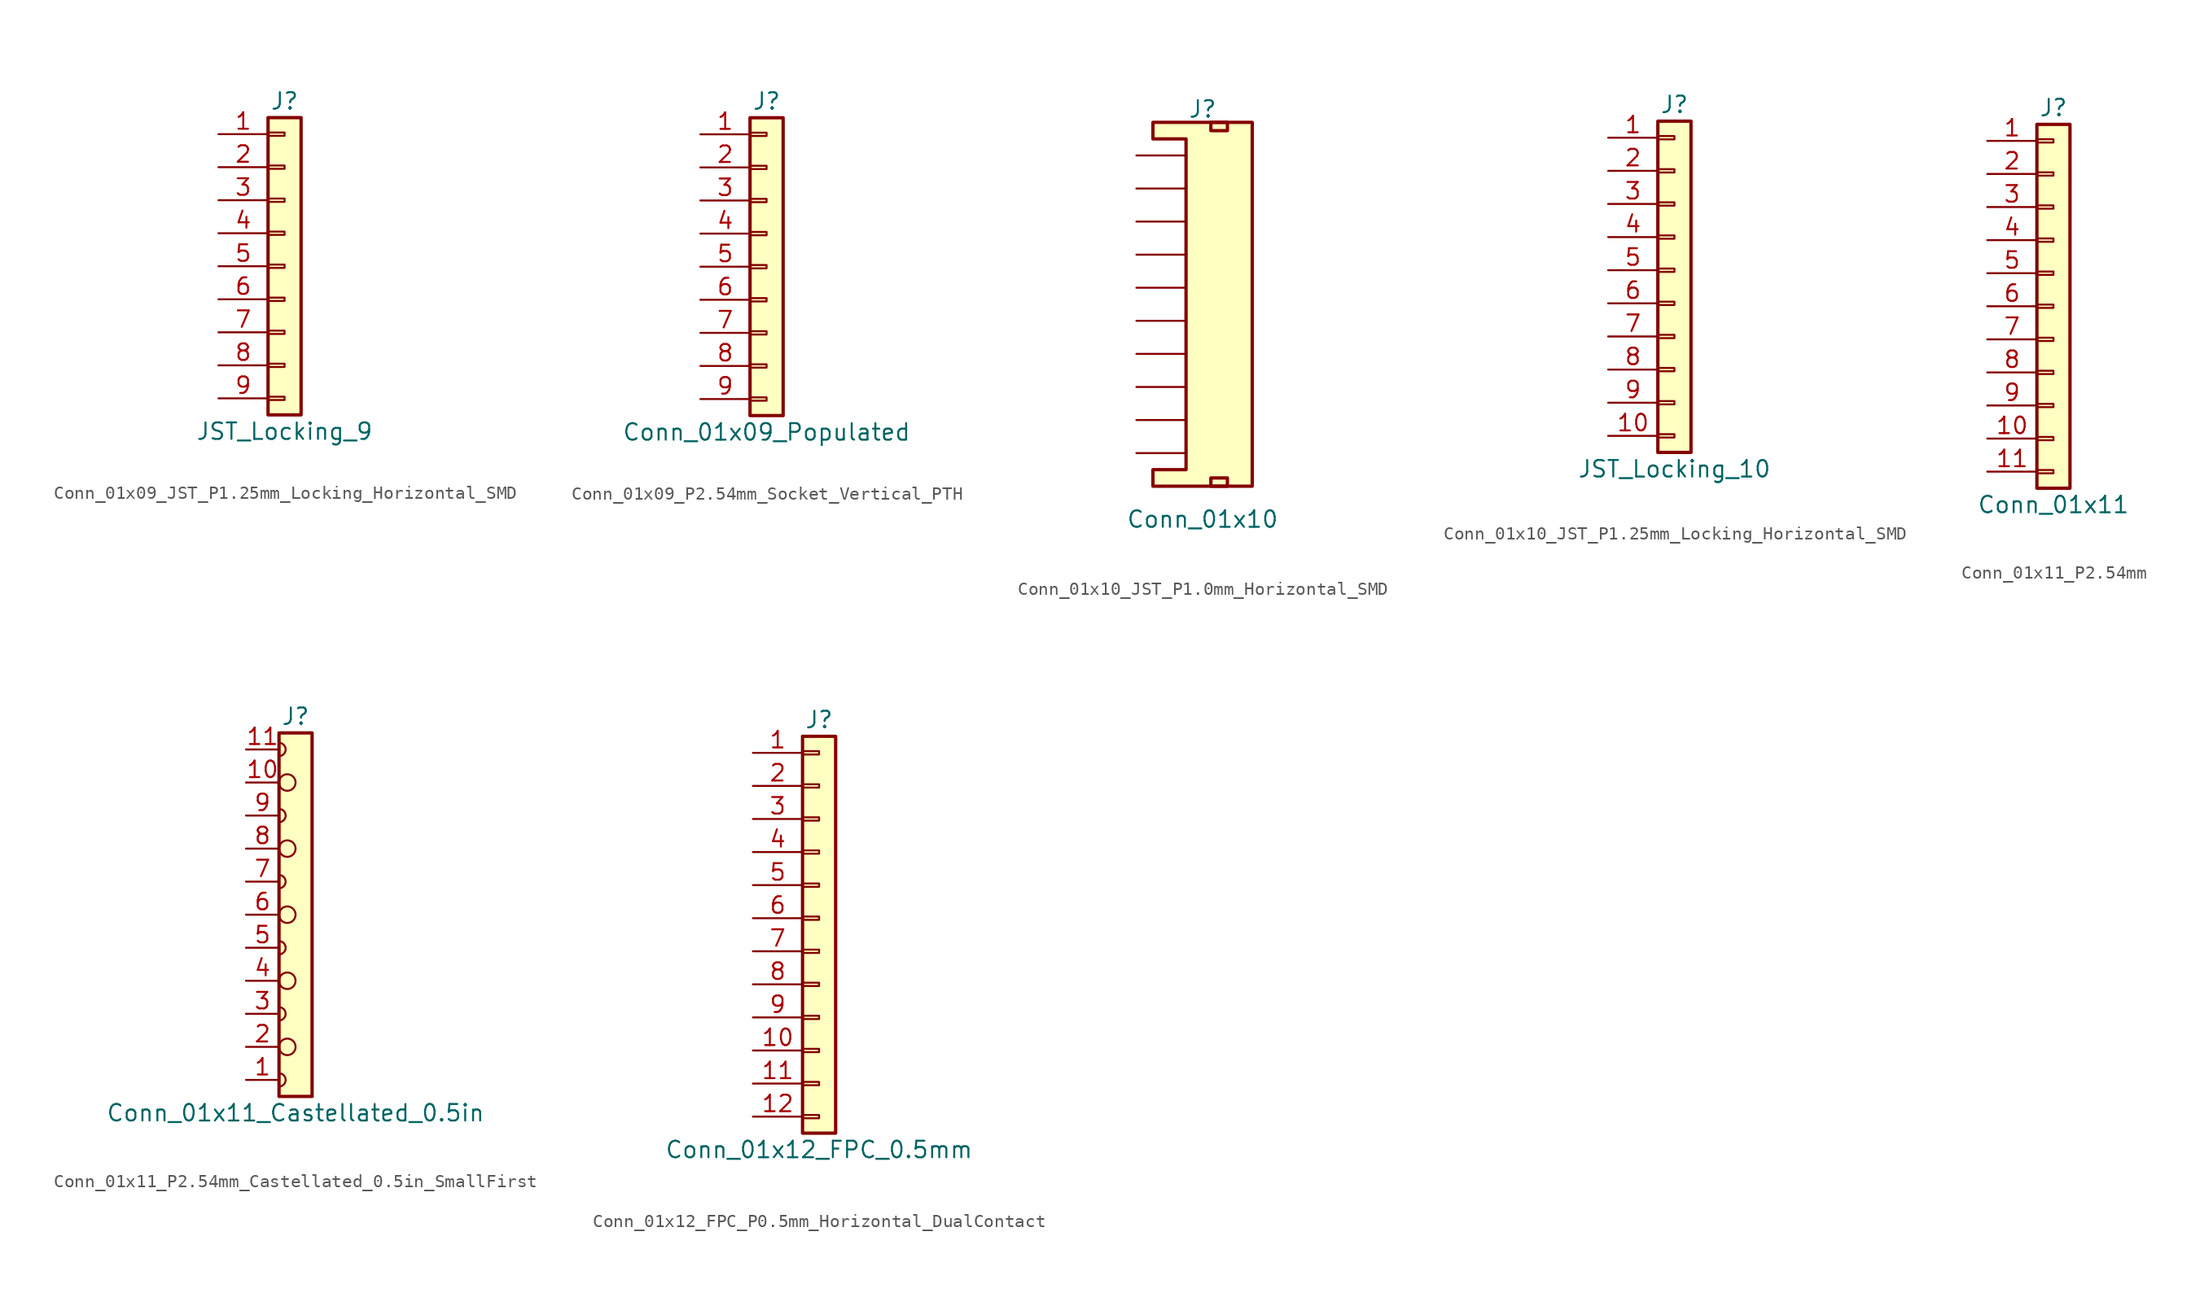
<source format=kicad_sym>
(kicad_symbol_lib
  (version 20241209)
  (generator "kicad_symbol_editor")
  (generator_version "9.0")
  (symbol "Conn_01x09_JST_P1.25mm_Locking_Horizontal_SMD"
    (pin_names
      (offset 1.016)
      (hide yes))
    (property "Reference" "J"
      (at 0 12.7 0)
      (effects (font (size 1.27 1.27))))
    (property "Value" "JST_Locking_9"
      (at 0 -12.7 0)
      (effects (font (size 1.27 1.27))))
    (symbol "Conn_01x09_JST_P1.25mm_Locking_Horizontal_SMD_1_1"
      (rectangle (start -1.27 11.43) (end 1.27 -11.43) (stroke (width 0.254) (type default)) (fill (type background)))
      (rectangle (start -1.27 10.287) (end 0 10.033) (stroke (width 0.152) (type default)) (fill (type none)))
      (rectangle (start -1.27 7.747) (end 0 7.493) (stroke (width 0.152) (type default)) (fill (type none)))
      (rectangle (start -1.27 5.207) (end 0 4.953) (stroke (width 0.152) (type default)) (fill (type none)))
      (rectangle (start -1.27 2.667) (end 0 2.413) (stroke (width 0.152) (type default)) (fill (type none)))
      (rectangle (start -1.27 0.127) (end 0 -0.127) (stroke (width 0.152) (type default)) (fill (type none)))
      (rectangle (start -1.27 -2.413) (end 0 -2.667) (stroke (width 0.152) (type default)) (fill (type none)))
      (rectangle (start -1.27 -4.953) (end 0 -5.207) (stroke (width 0.152) (type default)) (fill (type none)))
      (rectangle (start -1.27 -7.493) (end 0 -7.747) (stroke (width 0.152) (type default)) (fill (type none)))
      (rectangle (start -1.27 -10.033) (end 0 -10.287) (stroke (width 0.152) (type default)) (fill (type none)))
      (pin passive line (at -5.08 10.16 0) (length 3.81) (name "Pin_1" (effects (font (size 1.27 1.27)))) (number "1" (effects (font (size 1.27 1.27)))))
      (pin passive line (at -5.08 7.62 0) (length 3.81) (name "Pin_2" (effects (font (size 1.27 1.27)))) (number "2" (effects (font (size 1.27 1.27)))))
      (pin passive line (at -5.08 5.08 0) (length 3.81) (name "Pin_3" (effects (font (size 1.27 1.27)))) (number "3" (effects (font (size 1.27 1.27)))))
      (pin passive line (at -5.08 2.54 0) (length 3.81) (name "Pin_4" (effects (font (size 1.27 1.27)))) (number "4" (effects (font (size 1.27 1.27)))))
      (pin passive line (at -5.08 0 0) (length 3.81) (name "Pin_5" (effects (font (size 1.27 1.27)))) (number "5" (effects (font (size 1.27 1.27)))))
      (pin passive line (at -5.08 -2.54 0) (length 3.81) (name "Pin_6" (effects (font (size 1.27 1.27)))) (number "6" (effects (font (size 1.27 1.27)))))
      (pin passive line (at -5.08 -5.08 0) (length 3.81) (name "Pin_7" (effects (font (size 1.27 1.27)))) (number "7" (effects (font (size 1.27 1.27)))))
      (pin passive line (at -5.08 -7.62 0) (length 3.81) (name "Pin_8" (effects (font (size 1.27 1.27)))) (number "8" (effects (font (size 1.27 1.27)))))
      (pin passive line (at -5.08 -10.16 0) (length 3.81) (name "Pin_9" (effects (font (size 1.27 1.27)))) (number "9" (effects (font (size 1.27 1.27)))))
      (pin no_connect line (at 3.81 -11.43 90) (length 5.08) (hide yes) (name "NC" (effects (font (size 1.27 1.27)))) (number "NC2" (effects (font (size 1.27 1.27)))))
      (pin no_connect line (at 6.35 -11.43 90) (length 5.08) (hide yes) (name "NC" (effects (font (size 1.27 1.27)))) (number "NC1" (effects (font (size 1.27 1.27)))))))
  (symbol "Conn_01x09_P2.54mm_Socket_Vertical_PTH"
    (pin_names
      (offset 1.016)
      (hide yes))
    (property "Reference" "J"
      (at 0 12.7 0)
      (effects (font (size 1.27 1.27))))
    (property "Value" "Conn_01x09_Populated"
      (at 0 -12.7 0)
      (effects (font (size 1.27 1.27))))
    (symbol "Conn_01x09_P2.54mm_Socket_Vertical_PTH_1_1"
      (rectangle (start -1.27 11.43) (end 1.27 -11.43) (stroke (width 0.254) (type default)) (fill (type background)))
      (rectangle (start -1.27 10.287) (end 0 10.033) (stroke (width 0.152) (type default)) (fill (type none)))
      (rectangle (start -1.27 7.747) (end 0 7.493) (stroke (width 0.152) (type default)) (fill (type none)))
      (rectangle (start -1.27 5.207) (end 0 4.953) (stroke (width 0.152) (type default)) (fill (type none)))
      (rectangle (start -1.27 2.667) (end 0 2.413) (stroke (width 0.152) (type default)) (fill (type none)))
      (rectangle (start -1.27 0.127) (end 0 -0.127) (stroke (width 0.152) (type default)) (fill (type none)))
      (rectangle (start -1.27 -2.413) (end 0 -2.667) (stroke (width 0.152) (type default)) (fill (type none)))
      (rectangle (start -1.27 -4.953) (end 0 -5.207) (stroke (width 0.152) (type default)) (fill (type none)))
      (rectangle (start -1.27 -7.493) (end 0 -7.747) (stroke (width 0.152) (type default)) (fill (type none)))
      (rectangle (start -1.27 -10.033) (end 0 -10.287) (stroke (width 0.152) (type default)) (fill (type none)))
      (pin passive line (at -5.08 10.16 0) (length 3.81) (name "Pin_1" (effects (font (size 1.27 1.27)))) (number "1" (effects (font (size 1.27 1.27)))))
      (pin passive line (at -5.08 7.62 0) (length 3.81) (name "Pin_2" (effects (font (size 1.27 1.27)))) (number "2" (effects (font (size 1.27 1.27)))))
      (pin passive line (at -5.08 5.08 0) (length 3.81) (name "Pin_3" (effects (font (size 1.27 1.27)))) (number "3" (effects (font (size 1.27 1.27)))))
      (pin passive line (at -5.08 2.54 0) (length 3.81) (name "Pin_4" (effects (font (size 1.27 1.27)))) (number "4" (effects (font (size 1.27 1.27)))))
      (pin passive line (at -5.08 0 0) (length 3.81) (name "Pin_5" (effects (font (size 1.27 1.27)))) (number "5" (effects (font (size 1.27 1.27)))))
      (pin passive line (at -5.08 -2.54 0) (length 3.81) (name "Pin_6" (effects (font (size 1.27 1.27)))) (number "6" (effects (font (size 1.27 1.27)))))
      (pin passive line (at -5.08 -5.08 0) (length 3.81) (name "Pin_7" (effects (font (size 1.27 1.27)))) (number "7" (effects (font (size 1.27 1.27)))))
      (pin passive line (at -5.08 -7.62 0) (length 3.81) (name "Pin_8" (effects (font (size 1.27 1.27)))) (number "8" (effects (font (size 1.27 1.27)))))
      (pin passive line (at -5.08 -10.16 0) (length 3.81) (name "Pin_9" (effects (font (size 1.27 1.27)))) (number "9" (effects (font (size 1.27 1.27)))))))
  (symbol "Conn_01x10_JST_P1.0mm_Horizontal_SMD"
    (pin_numbers
      (hide yes))
    (pin_names
      (offset 1.016)
      (hide yes))
    (property "Reference" "J"
      (at 0 13.716 0)
      (effects (font (size 1.27 1.27))))
    (property "Value" "Conn_01x10"
      (at 0 -17.78 0)
      (effects (font (size 1.27 1.27))))
    (symbol "Conn_01x10_JST_P1.0mm_Horizontal_SMD_1_1"
      (polyline (pts (xy -1.27 11.43) (xy -3.81 11.43) (xy -3.81 12.7) (xy 3.81 12.7) (xy 3.81 -15.24) (xy -3.81 -15.24) (xy -3.81 -13.97) (xy -1.27 -13.97) (xy -1.27 11.43)) (stroke (width 0.254) (type default)) (fill (type background)))
      (rectangle (start 0.635 12.7) (end 1.905 12.065) (stroke (width 0.254) (type default)) (fill (type none)))
      (rectangle (start 0.635 -14.605) (end 1.905 -15.24) (stroke (width 0.254) (type default)) (fill (type none)))
      (pin passive line (at -5.08 10.16 0) (length 3.81) (name "1" (effects (font (size 1.27 1.27)))) (number "1" (effects (font (size 1.27 1.27)))))
      (pin passive line (at -5.08 7.62 0) (length 3.81) (name "2" (effects (font (size 1.27 1.27)))) (number "2" (effects (font (size 1.27 1.27)))))
      (pin passive line (at -5.08 5.08 0) (length 3.81) (name "3" (effects (font (size 1.27 1.27)))) (number "3" (effects (font (size 1.27 1.27)))))
      (pin passive line (at -5.08 2.54 0) (length 3.81) (name "4" (effects (font (size 1.27 1.27)))) (number "4" (effects (font (size 1.27 1.27)))))
      (pin passive line (at -5.08 0 0) (length 3.81) (name "5" (effects (font (size 1.27 1.27)))) (number "5" (effects (font (size 1.27 1.27)))))
      (pin passive line (at -5.08 -2.54 0) (length 3.81) (name "6" (effects (font (size 1.27 1.27)))) (number "6" (effects (font (size 1.27 1.27)))))
      (pin passive line (at -5.08 -5.08 0) (length 3.81) (name "7" (effects (font (size 1.27 1.27)))) (number "7" (effects (font (size 1.27 1.27)))))
      (pin passive line (at -5.08 -7.62 0) (length 3.81) (name "8" (effects (font (size 1.27 1.27)))) (number "8" (effects (font (size 1.27 1.27)))))
      (pin passive line (at -5.08 -10.16 0) (length 3.81) (name "9" (effects (font (size 1.27 1.27)))) (number "9" (effects (font (size 1.27 1.27)))))
      (pin passive line (at -5.08 -12.7 0) (length 3.81) (name "10" (effects (font (size 1.27 1.27)))) (number "10" (effects (font (size 1.27 1.27)))))))
  (symbol "Conn_01x10_JST_P1.25mm_Locking_Horizontal_SMD"
    (pin_names
      (offset 1.016)
      (hide yes))
    (property "Reference" "J"
      (at 0 12.7 0)
      (effects (font (size 1.27 1.27))))
    (property "Value" "JST_Locking_10"
      (at 0 -15.24 0)
      (effects (font (size 1.27 1.27))))
    (symbol "Conn_01x10_JST_P1.25mm_Locking_Horizontal_SMD_1_1"
      (rectangle (start -1.27 11.43) (end 1.27 -13.97) (stroke (width 0.254) (type default)) (fill (type background)))
      (rectangle (start -1.27 10.287) (end 0 10.033) (stroke (width 0.152) (type default)) (fill (type none)))
      (rectangle (start -1.27 7.747) (end 0 7.493) (stroke (width 0.152) (type default)) (fill (type none)))
      (rectangle (start -1.27 5.207) (end 0 4.953) (stroke (width 0.152) (type default)) (fill (type none)))
      (rectangle (start -1.27 2.667) (end 0 2.413) (stroke (width 0.152) (type default)) (fill (type none)))
      (rectangle (start -1.27 0.127) (end 0 -0.127) (stroke (width 0.152) (type default)) (fill (type none)))
      (rectangle (start -1.27 -2.413) (end 0 -2.667) (stroke (width 0.152) (type default)) (fill (type none)))
      (rectangle (start -1.27 -4.953) (end 0 -5.207) (stroke (width 0.152) (type default)) (fill (type none)))
      (rectangle (start -1.27 -7.493) (end 0 -7.747) (stroke (width 0.152) (type default)) (fill (type none)))
      (rectangle (start -1.27 -10.033) (end 0 -10.287) (stroke (width 0.152) (type default)) (fill (type none)))
      (rectangle (start -1.27 -12.573) (end 0 -12.827) (stroke (width 0.152) (type default)) (fill (type none)))
      (pin passive line (at -5.08 10.16 0) (length 3.81) (name "Pin_1" (effects (font (size 1.27 1.27)))) (number "1" (effects (font (size 1.27 1.27)))))
      (pin passive line (at -5.08 7.62 0) (length 3.81) (name "Pin_2" (effects (font (size 1.27 1.27)))) (number "2" (effects (font (size 1.27 1.27)))))
      (pin passive line (at -5.08 5.08 0) (length 3.81) (name "Pin_3" (effects (font (size 1.27 1.27)))) (number "3" (effects (font (size 1.27 1.27)))))
      (pin passive line (at -5.08 2.54 0) (length 3.81) (name "Pin_4" (effects (font (size 1.27 1.27)))) (number "4" (effects (font (size 1.27 1.27)))))
      (pin passive line (at -5.08 0 0) (length 3.81) (name "Pin_5" (effects (font (size 1.27 1.27)))) (number "5" (effects (font (size 1.27 1.27)))))
      (pin passive line (at -5.08 -2.54 0) (length 3.81) (name "Pin_6" (effects (font (size 1.27 1.27)))) (number "6" (effects (font (size 1.27 1.27)))))
      (pin passive line (at -5.08 -5.08 0) (length 3.81) (name "Pin_7" (effects (font (size 1.27 1.27)))) (number "7" (effects (font (size 1.27 1.27)))))
      (pin passive line (at -5.08 -7.62 0) (length 3.81) (name "Pin_8" (effects (font (size 1.27 1.27)))) (number "8" (effects (font (size 1.27 1.27)))))
      (pin passive line (at -5.08 -10.16 0) (length 3.81) (name "Pin_9" (effects (font (size 1.27 1.27)))) (number "9" (effects (font (size 1.27 1.27)))))
      (pin passive line (at -5.08 -12.7 0) (length 3.81) (name "Pin_10" (effects (font (size 1.27 1.27)))) (number "10" (effects (font (size 1.27 1.27)))))
      (pin no_connect line (at 3.81 -13.97 90) (length 5.08) (hide yes) (name "NC" (effects (font (size 1.27 1.27)))) (number "NC2" (effects (font (size 1.27 1.27)))))
      (pin no_connect line (at 6.35 -13.97 90) (length 5.08) (hide yes) (name "NC" (effects (font (size 1.27 1.27)))) (number "NC1" (effects (font (size 1.27 1.27)))))))
  (symbol "Conn_01x11_P2.54mm"
    (pin_names
      (offset 1.016)
      (hide yes))
    (property "Reference" "J"
      (at 0 15.24 0)
      (effects (font (size 1.27 1.27))))
    (property "Value" "Conn_01x11"
      (at 0 -15.24 0)
      (effects (font (size 1.27 1.27))))
    (symbol "Conn_01x11_P2.54mm_1_1"
      (rectangle (start -1.27 13.97) (end 1.27 -13.97) (stroke (width 0.254) (type default)) (fill (type background)))
      (rectangle (start -1.27 12.827) (end 0 12.573) (stroke (width 0.152) (type default)) (fill (type none)))
      (rectangle (start -1.27 10.287) (end 0 10.033) (stroke (width 0.152) (type default)) (fill (type none)))
      (rectangle (start -1.27 7.747) (end 0 7.493) (stroke (width 0.152) (type default)) (fill (type none)))
      (rectangle (start -1.27 5.207) (end 0 4.953) (stroke (width 0.152) (type default)) (fill (type none)))
      (rectangle (start -1.27 2.667) (end 0 2.413) (stroke (width 0.152) (type default)) (fill (type none)))
      (rectangle (start -1.27 0.127) (end 0 -0.127) (stroke (width 0.152) (type default)) (fill (type none)))
      (rectangle (start -1.27 -2.413) (end 0 -2.667) (stroke (width 0.152) (type default)) (fill (type none)))
      (rectangle (start -1.27 -4.953) (end 0 -5.207) (stroke (width 0.152) (type default)) (fill (type none)))
      (rectangle (start -1.27 -7.493) (end 0 -7.747) (stroke (width 0.152) (type default)) (fill (type none)))
      (rectangle (start -1.27 -10.033) (end 0 -10.287) (stroke (width 0.152) (type default)) (fill (type none)))
      (rectangle (start -1.27 -12.573) (end 0 -12.827) (stroke (width 0.152) (type default)) (fill (type none)))
      (pin passive line (at -5.08 12.7 0) (length 3.81) (name "Pin_1" (effects (font (size 1.27 1.27)))) (number "1" (effects (font (size 1.27 1.27)))))
      (pin passive line (at -5.08 10.16 0) (length 3.81) (name "Pin_2" (effects (font (size 1.27 1.27)))) (number "2" (effects (font (size 1.27 1.27)))))
      (pin passive line (at -5.08 7.62 0) (length 3.81) (name "Pin_3" (effects (font (size 1.27 1.27)))) (number "3" (effects (font (size 1.27 1.27)))))
      (pin passive line (at -5.08 5.08 0) (length 3.81) (name "Pin_4" (effects (font (size 1.27 1.27)))) (number "4" (effects (font (size 1.27 1.27)))))
      (pin passive line (at -5.08 2.54 0) (length 3.81) (name "Pin_5" (effects (font (size 1.27 1.27)))) (number "5" (effects (font (size 1.27 1.27)))))
      (pin passive line (at -5.08 0 0) (length 3.81) (name "Pin_6" (effects (font (size 1.27 1.27)))) (number "6" (effects (font (size 1.27 1.27)))))
      (pin passive line (at -5.08 -2.54 0) (length 3.81) (name "Pin_7" (effects (font (size 1.27 1.27)))) (number "7" (effects (font (size 1.27 1.27)))))
      (pin passive line (at -5.08 -5.08 0) (length 3.81) (name "Pin_8" (effects (font (size 1.27 1.27)))) (number "8" (effects (font (size 1.27 1.27)))))
      (pin passive line (at -5.08 -7.62 0) (length 3.81) (name "Pin_9" (effects (font (size 1.27 1.27)))) (number "9" (effects (font (size 1.27 1.27)))))
      (pin passive line (at -5.08 -10.16 0) (length 3.81) (name "Pin_10" (effects (font (size 1.27 1.27)))) (number "10" (effects (font (size 1.27 1.27)))))
      (pin passive line (at -5.08 -12.7 0) (length 3.81) (name "Pin_11" (effects (font (size 1.27 1.27)))) (number "11" (effects (font (size 1.27 1.27)))))))
  (symbol "Conn_01x11_P2.54mm_Castellated_0.5in_SmallFirst"
    (pin_names
      (offset 1.016)
      (hide yes))
    (property "Reference" "J"
      (at 0 15.24 0)
      (effects (font (size 1.27 1.27))))
    (property "Value" "Conn_01x11_Castellated_0.5in"
      (at 0 -15.24 0)
      (effects (font (size 1.27 1.27))))
    (symbol "Conn_01x11_P2.54mm_Castellated_0.5in_SmallFirst_0_1"
      (polyline (pts (xy -1.27 13.208) (xy -1.27 12.192)) (stroke (width 0) (type default)) (fill (type none)))
      (arc (start -1.27 13.208) (mid -0.762 12.7) (end -1.27 12.192) (stroke (width 0) (type default)) (fill (type none)))
      (polyline (pts (xy -1.27 8.128) (xy -1.27 7.112)) (stroke (width 0) (type default)) (fill (type none)))
      (arc (start -1.27 8.128) (mid -0.762 7.62) (end -1.27 7.112) (stroke (width 0) (type default)) (fill (type none)))
      (polyline (pts (xy -1.27 3.048) (xy -1.27 2.032)) (stroke (width 0) (type default)) (fill (type none)))
      (arc (start -1.27 3.048) (mid -0.762 2.54) (end -1.27 2.032) (stroke (width 0) (type default)) (fill (type none)))
      (polyline (pts (xy -1.27 -2.032) (xy -1.27 -3.048)) (stroke (width 0) (type default)) (fill (type none)))
      (arc (start -1.27 -2.032) (mid -0.762 -2.54) (end -1.27 -3.048) (stroke (width 0) (type default)) (fill (type none)))
      (polyline (pts (xy -1.27 -7.112) (xy -1.27 -8.128)) (stroke (width 0) (type default)) (fill (type none)))
      (arc (start -1.27 -7.112) (mid -0.762 -7.62) (end -1.27 -8.128) (stroke (width 0) (type default)) (fill (type none)))
      (polyline (pts (xy -1.27 -12.192) (xy -1.27 -13.208)) (stroke (width 0) (type default)) (fill (type none)))
      (arc (start -1.27 -12.192) (mid -0.762 -12.7) (end -1.27 -13.208) (stroke (width 0) (type default)) (fill (type none)))
      (circle (center -0.635 10.16) (radius 0.635) (stroke (width 0) (type default)) (fill (type none)))
      (circle (center -0.635 5.08) (radius 0.635) (stroke (width 0) (type default)) (fill (type none)))
      (circle (center -0.635 0) (radius 0.635) (stroke (width 0) (type default)) (fill (type none)))
      (circle (center -0.635 -5.08) (radius 0.635) (stroke (width 0) (type default)) (fill (type none)))
      (circle (center -0.635 -10.16) (radius 0.635) (stroke (width 0) (type default)) (fill (type none))))
    (symbol "Conn_01x11_P2.54mm_Castellated_0.5in_SmallFirst_1_1"
      (rectangle (start -1.27 13.97) (end 1.27 -13.97) (stroke (width 0.254) (type default)) (fill (type background)))
      (pin passive line (at -3.81 12.7 0) (length 2.54) (name "Pin_11" (effects (font (size 1.27 1.27)))) (number "11" (effects (font (size 1.27 1.27)))))
      (pin passive line (at -3.81 10.16 0) (length 2.54) (name "Pin_10" (effects (font (size 1.27 1.27)))) (number "10" (effects (font (size 1.27 1.27)))))
      (pin passive line (at -3.81 7.62 0) (length 2.54) (name "Pin_9" (effects (font (size 1.27 1.27)))) (number "9" (effects (font (size 1.27 1.27)))))
      (pin passive line (at -3.81 5.08 0) (length 2.54) (name "Pin_8" (effects (font (size 1.27 1.27)))) (number "8" (effects (font (size 1.27 1.27)))))
      (pin passive line (at -3.81 2.54 0) (length 2.54) (name "Pin_7" (effects (font (size 1.27 1.27)))) (number "7" (effects (font (size 1.27 1.27)))))
      (pin passive line (at -3.81 0 0) (length 2.54) (name "Pin_6" (effects (font (size 1.27 1.27)))) (number "6" (effects (font (size 1.27 1.27)))))
      (pin passive line (at -3.81 -2.54 0) (length 2.54) (name "Pin_5" (effects (font (size 1.27 1.27)))) (number "5" (effects (font (size 1.27 1.27)))))
      (pin passive line (at -3.81 -5.08 0) (length 2.54) (name "Pin_4" (effects (font (size 1.27 1.27)))) (number "4" (effects (font (size 1.27 1.27)))))
      (pin passive line (at -3.81 -7.62 0) (length 2.54) (name "Pin_3" (effects (font (size 1.27 1.27)))) (number "3" (effects (font (size 1.27 1.27)))))
      (pin passive line (at -3.81 -10.16 0) (length 2.54) (name "Pin_2" (effects (font (size 1.27 1.27)))) (number "2" (effects (font (size 1.27 1.27)))))
      (pin passive line (at -3.81 -12.7 0) (length 2.54) (name "Pin_1" (effects (font (size 1.27 1.27)))) (number "1" (effects (font (size 1.27 1.27)))))))
  (symbol "Conn_01x12_FPC_P0.5mm_Horizontal_DualContact"
    (pin_names
      (offset 1.016)
      (hide yes))
    (property "Reference" "J"
      (at 0 15.24 0)
      (effects (font (size 1.27 1.27))))
    (property "Value" "Conn_01x12_FPC_0.5mm"
      (at 0 -17.78 0)
      (effects (font (size 1.27 1.27))))
    (symbol "Conn_01x12_FPC_P0.5mm_Horizontal_DualContact_1_1"
      (rectangle (start -1.27 13.97) (end 1.27 -16.51) (stroke (width 0.254) (type default)) (fill (type background)))
      (rectangle (start -1.27 12.827) (end 0 12.573) (stroke (width 0.152) (type default)) (fill (type none)))
      (rectangle (start -1.27 10.287) (end 0 10.033) (stroke (width 0.152) (type default)) (fill (type none)))
      (rectangle (start -1.27 7.747) (end 0 7.493) (stroke (width 0.152) (type default)) (fill (type none)))
      (rectangle (start -1.27 5.207) (end 0 4.953) (stroke (width 0.152) (type default)) (fill (type none)))
      (rectangle (start -1.27 2.667) (end 0 2.413) (stroke (width 0.152) (type default)) (fill (type none)))
      (rectangle (start -1.27 0.127) (end 0 -0.127) (stroke (width 0.152) (type default)) (fill (type none)))
      (rectangle (start -1.27 -2.413) (end 0 -2.667) (stroke (width 0.152) (type default)) (fill (type none)))
      (rectangle (start -1.27 -4.953) (end 0 -5.207) (stroke (width 0.152) (type default)) (fill (type none)))
      (rectangle (start -1.27 -7.493) (end 0 -7.747) (stroke (width 0.152) (type default)) (fill (type none)))
      (rectangle (start -1.27 -10.033) (end 0 -10.287) (stroke (width 0.152) (type default)) (fill (type none)))
      (rectangle (start -1.27 -12.573) (end 0 -12.827) (stroke (width 0.152) (type default)) (fill (type none)))
      (rectangle (start -1.27 -15.113) (end 0 -15.367) (stroke (width 0.152) (type default)) (fill (type none)))
      (pin passive line (at -5.08 12.7 0) (length 3.81) (name "Pin_1" (effects (font (size 1.27 1.27)))) (number "1" (effects (font (size 1.27 1.27)))))
      (pin passive line (at -5.08 10.16 0) (length 3.81) (name "Pin_2" (effects (font (size 1.27 1.27)))) (number "2" (effects (font (size 1.27 1.27)))))
      (pin passive line (at -5.08 7.62 0) (length 3.81) (name "Pin_3" (effects (font (size 1.27 1.27)))) (number "3" (effects (font (size 1.27 1.27)))))
      (pin passive line (at -5.08 5.08 0) (length 3.81) (name "Pin_4" (effects (font (size 1.27 1.27)))) (number "4" (effects (font (size 1.27 1.27)))))
      (pin passive line (at -5.08 2.54 0) (length 3.81) (name "Pin_5" (effects (font (size 1.27 1.27)))) (number "5" (effects (font (size 1.27 1.27)))))
      (pin passive line (at -5.08 0 0) (length 3.81) (name "Pin_6" (effects (font (size 1.27 1.27)))) (number "6" (effects (font (size 1.27 1.27)))))
      (pin passive line (at -5.08 -2.54 0) (length 3.81) (name "Pin_7" (effects (font (size 1.27 1.27)))) (number "7" (effects (font (size 1.27 1.27)))))
      (pin passive line (at -5.08 -5.08 0) (length 3.81) (name "Pin_8" (effects (font (size 1.27 1.27)))) (number "8" (effects (font (size 1.27 1.27)))))
      (pin passive line (at -5.08 -7.62 0) (length 3.81) (name "Pin_9" (effects (font (size 1.27 1.27)))) (number "9" (effects (font (size 1.27 1.27)))))
      (pin passive line (at -5.08 -10.16 0) (length 3.81) (name "Pin_10" (effects (font (size 1.27 1.27)))) (number "10" (effects (font (size 1.27 1.27)))))
      (pin passive line (at -5.08 -12.7 0) (length 3.81) (name "Pin_11" (effects (font (size 1.27 1.27)))) (number "11" (effects (font (size 1.27 1.27)))))
      (pin passive line (at -5.08 -15.24 0) (length 3.81) (name "Pin_12" (effects (font (size 1.27 1.27)))) (number "12" (effects (font (size 1.27 1.27))))))))
</source>
